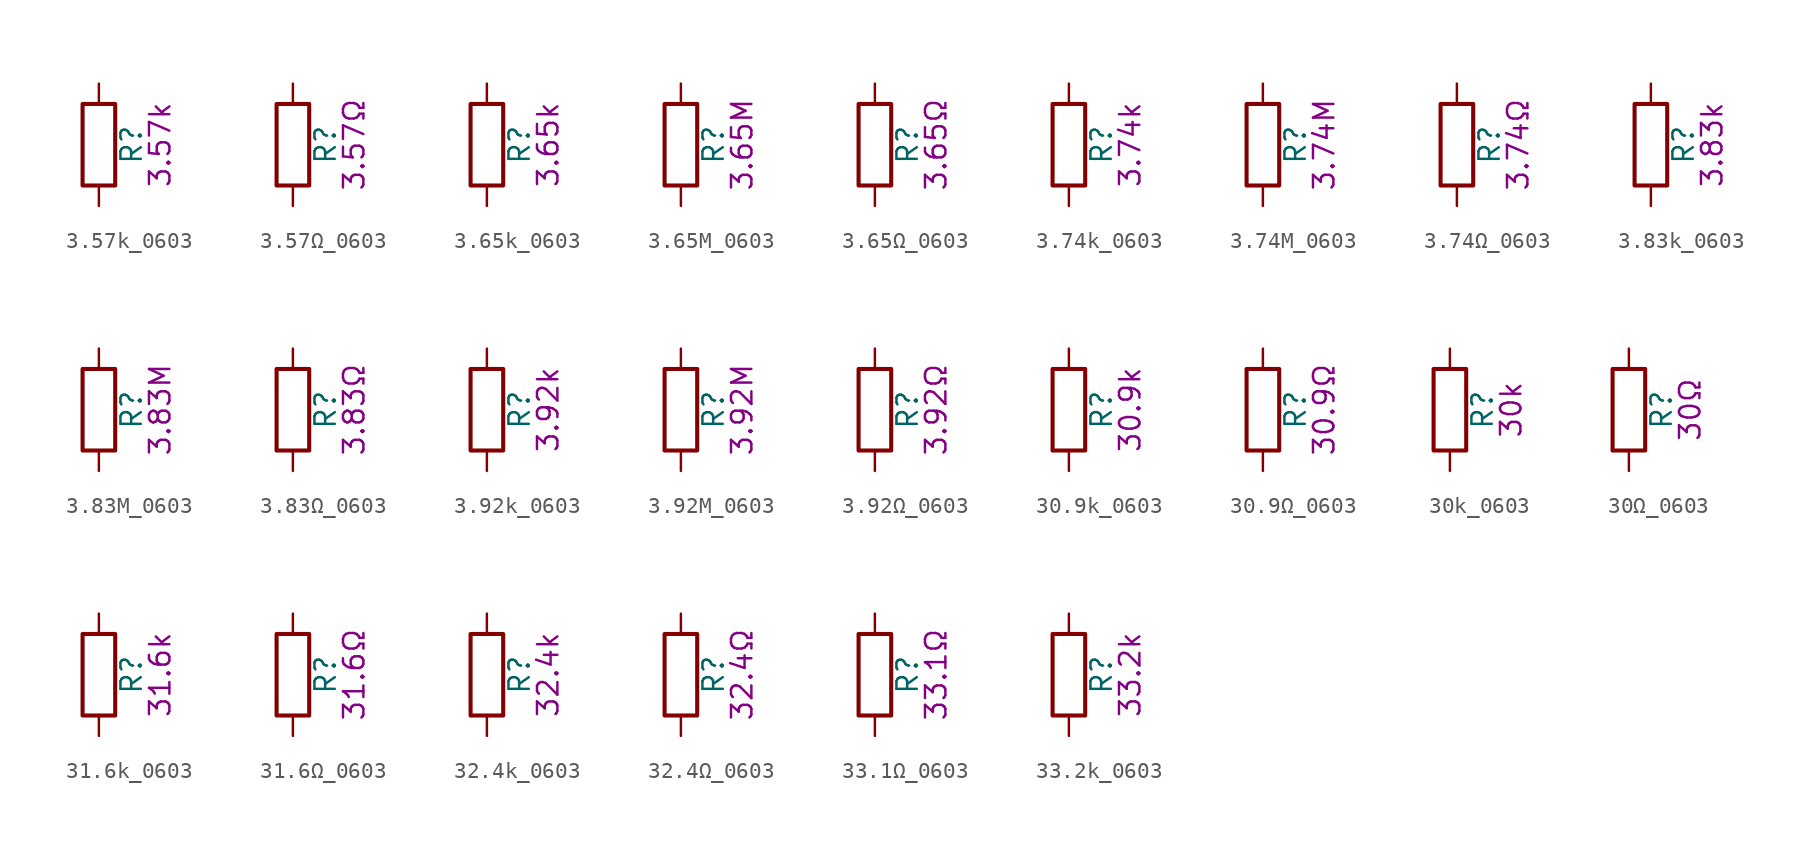
<source format=kicad_sym>
(kicad_symbol_lib
  (version 20211014)
  (generator kicad_symbol_editor)
  (symbol "3.57k_0603"
    (pin_numbers hide)
    (pin_names
      (offset 0))
    (property "Reference" "R"
      (at 2.032 0 90)
      (effects (font (size 1.27 1.27))))
    (property "Display" "3.57k"
      (at 3.81 0 90)
      (effects (font (size 1.27 1.27))))
    (symbol "3.57k_0603_0_1"
      (rectangle (start -1.016 -2.54) (end 1.016 2.54) (stroke (width 0.254) (type default) (color 0 0 0 0)) (fill (type none))))
    (symbol "3.57k_0603_1_1"
      (pin passive line (at 0 3.81 270) (length 1.27) (name "~" (effects (font (size 1.27 1.27)))) (number "1" (effects (font (size 1.27 1.27)))))
      (pin passive line (at 0 -3.81 90) (length 1.27) (name "~" (effects (font (size 1.27 1.27)))) (number "2" (effects (font (size 1.27 1.27)))))))
  (symbol "3.57Ω_0603"
    (pin_numbers hide)
    (pin_names
      (offset 0))
    (property "Reference" "R"
      (at 2.032 0 90)
      (effects (font (size 1.27 1.27))))
    (property "Display" "3.57Ω"
      (at 3.81 0 90)
      (effects (font (size 1.27 1.27))))
    (symbol "3.57Ω_0603_0_1"
      (rectangle (start -1.016 -2.54) (end 1.016 2.54) (stroke (width 0.254) (type default) (color 0 0 0 0)) (fill (type none))))
    (symbol "3.57Ω_0603_1_1"
      (pin passive line (at 0 3.81 270) (length 1.27) (name "~" (effects (font (size 1.27 1.27)))) (number "1" (effects (font (size 1.27 1.27)))))
      (pin passive line (at 0 -3.81 90) (length 1.27) (name "~" (effects (font (size 1.27 1.27)))) (number "2" (effects (font (size 1.27 1.27)))))))
  (symbol "3.65k_0603"
    (pin_numbers hide)
    (pin_names
      (offset 0))
    (property "Reference" "R"
      (at 2.032 0 90)
      (effects (font (size 1.27 1.27))))
    (property "Display" "3.65k"
      (at 3.81 0 90)
      (effects (font (size 1.27 1.27))))
    (symbol "3.65k_0603_0_1"
      (rectangle (start -1.016 -2.54) (end 1.016 2.54) (stroke (width 0.254) (type default) (color 0 0 0 0)) (fill (type none))))
    (symbol "3.65k_0603_1_1"
      (pin passive line (at 0 3.81 270) (length 1.27) (name "~" (effects (font (size 1.27 1.27)))) (number "1" (effects (font (size 1.27 1.27)))))
      (pin passive line (at 0 -3.81 90) (length 1.27) (name "~" (effects (font (size 1.27 1.27)))) (number "2" (effects (font (size 1.27 1.27)))))))
  (symbol "3.65M_0603"
    (pin_numbers hide)
    (pin_names
      (offset 0))
    (property "Reference" "R"
      (at 2.032 0 90)
      (effects (font (size 1.27 1.27))))
    (property "Display" "3.65M"
      (at 3.81 0 90)
      (effects (font (size 1.27 1.27))))
    (symbol "3.65M_0603_0_1"
      (rectangle (start -1.016 -2.54) (end 1.016 2.54) (stroke (width 0.254) (type default) (color 0 0 0 0)) (fill (type none))))
    (symbol "3.65M_0603_1_1"
      (pin passive line (at 0 3.81 270) (length 1.27) (name "~" (effects (font (size 1.27 1.27)))) (number "1" (effects (font (size 1.27 1.27)))))
      (pin passive line (at 0 -3.81 90) (length 1.27) (name "~" (effects (font (size 1.27 1.27)))) (number "2" (effects (font (size 1.27 1.27)))))))
  (symbol "3.65Ω_0603"
    (pin_numbers hide)
    (pin_names
      (offset 0))
    (property "Reference" "R"
      (at 2.032 0 90)
      (effects (font (size 1.27 1.27))))
    (property "Display" "3.65Ω"
      (at 3.81 0 90)
      (effects (font (size 1.27 1.27))))
    (symbol "3.65Ω_0603_0_1"
      (rectangle (start -1.016 -2.54) (end 1.016 2.54) (stroke (width 0.254) (type default) (color 0 0 0 0)) (fill (type none))))
    (symbol "3.65Ω_0603_1_1"
      (pin passive line (at 0 3.81 270) (length 1.27) (name "~" (effects (font (size 1.27 1.27)))) (number "1" (effects (font (size 1.27 1.27)))))
      (pin passive line (at 0 -3.81 90) (length 1.27) (name "~" (effects (font (size 1.27 1.27)))) (number "2" (effects (font (size 1.27 1.27)))))))
  (symbol "3.74k_0603"
    (pin_numbers hide)
    (pin_names
      (offset 0))
    (property "Reference" "R"
      (at 2.032 0 90)
      (effects (font (size 1.27 1.27))))
    (property "Display" "3.74k"
      (at 3.81 0 90)
      (effects (font (size 1.27 1.27))))
    (symbol "3.74k_0603_0_1"
      (rectangle (start -1.016 -2.54) (end 1.016 2.54) (stroke (width 0.254) (type default) (color 0 0 0 0)) (fill (type none))))
    (symbol "3.74k_0603_1_1"
      (pin passive line (at 0 3.81 270) (length 1.27) (name "~" (effects (font (size 1.27 1.27)))) (number "1" (effects (font (size 1.27 1.27)))))
      (pin passive line (at 0 -3.81 90) (length 1.27) (name "~" (effects (font (size 1.27 1.27)))) (number "2" (effects (font (size 1.27 1.27)))))))
  (symbol "3.74M_0603"
    (pin_numbers hide)
    (pin_names
      (offset 0))
    (property "Reference" "R"
      (at 2.032 0 90)
      (effects (font (size 1.27 1.27))))
    (property "Display" "3.74M"
      (at 3.81 0 90)
      (effects (font (size 1.27 1.27))))
    (symbol "3.74M_0603_0_1"
      (rectangle (start -1.016 -2.54) (end 1.016 2.54) (stroke (width 0.254) (type default) (color 0 0 0 0)) (fill (type none))))
    (symbol "3.74M_0603_1_1"
      (pin passive line (at 0 3.81 270) (length 1.27) (name "~" (effects (font (size 1.27 1.27)))) (number "1" (effects (font (size 1.27 1.27)))))
      (pin passive line (at 0 -3.81 90) (length 1.27) (name "~" (effects (font (size 1.27 1.27)))) (number "2" (effects (font (size 1.27 1.27)))))))
  (symbol "3.74Ω_0603"
    (pin_numbers hide)
    (pin_names
      (offset 0))
    (property "Reference" "R"
      (at 2.032 0 90)
      (effects (font (size 1.27 1.27))))
    (property "Display" "3.74Ω"
      (at 3.81 0 90)
      (effects (font (size 1.27 1.27))))
    (symbol "3.74Ω_0603_0_1"
      (rectangle (start -1.016 -2.54) (end 1.016 2.54) (stroke (width 0.254) (type default) (color 0 0 0 0)) (fill (type none))))
    (symbol "3.74Ω_0603_1_1"
      (pin passive line (at 0 3.81 270) (length 1.27) (name "~" (effects (font (size 1.27 1.27)))) (number "1" (effects (font (size 1.27 1.27)))))
      (pin passive line (at 0 -3.81 90) (length 1.27) (name "~" (effects (font (size 1.27 1.27)))) (number "2" (effects (font (size 1.27 1.27)))))))
  (symbol "3.83k_0603"
    (pin_numbers hide)
    (pin_names
      (offset 0))
    (property "Reference" "R"
      (at 2.032 0 90)
      (effects (font (size 1.27 1.27))))
    (property "Display" "3.83k"
      (at 3.81 0 90)
      (effects (font (size 1.27 1.27))))
    (symbol "3.83k_0603_0_1"
      (rectangle (start -1.016 -2.54) (end 1.016 2.54) (stroke (width 0.254) (type default) (color 0 0 0 0)) (fill (type none))))
    (symbol "3.83k_0603_1_1"
      (pin passive line (at 0 3.81 270) (length 1.27) (name "~" (effects (font (size 1.27 1.27)))) (number "1" (effects (font (size 1.27 1.27)))))
      (pin passive line (at 0 -3.81 90) (length 1.27) (name "~" (effects (font (size 1.27 1.27)))) (number "2" (effects (font (size 1.27 1.27)))))))
  (symbol "3.83M_0603"
    (pin_numbers hide)
    (pin_names
      (offset 0))
    (property "Reference" "R"
      (at 2.032 0 90)
      (effects (font (size 1.27 1.27))))
    (property "Display" "3.83M"
      (at 3.81 0 90)
      (effects (font (size 1.27 1.27))))
    (symbol "3.83M_0603_0_1"
      (rectangle (start -1.016 -2.54) (end 1.016 2.54) (stroke (width 0.254) (type default) (color 0 0 0 0)) (fill (type none))))
    (symbol "3.83M_0603_1_1"
      (pin passive line (at 0 3.81 270) (length 1.27) (name "~" (effects (font (size 1.27 1.27)))) (number "1" (effects (font (size 1.27 1.27)))))
      (pin passive line (at 0 -3.81 90) (length 1.27) (name "~" (effects (font (size 1.27 1.27)))) (number "2" (effects (font (size 1.27 1.27)))))))
  (symbol "3.83Ω_0603"
    (pin_numbers hide)
    (pin_names
      (offset 0))
    (property "Reference" "R"
      (at 2.032 0 90)
      (effects (font (size 1.27 1.27))))
    (property "Display" "3.83Ω"
      (at 3.81 0 90)
      (effects (font (size 1.27 1.27))))
    (symbol "3.83Ω_0603_0_1"
      (rectangle (start -1.016 -2.54) (end 1.016 2.54) (stroke (width 0.254) (type default) (color 0 0 0 0)) (fill (type none))))
    (symbol "3.83Ω_0603_1_1"
      (pin passive line (at 0 3.81 270) (length 1.27) (name "~" (effects (font (size 1.27 1.27)))) (number "1" (effects (font (size 1.27 1.27)))))
      (pin passive line (at 0 -3.81 90) (length 1.27) (name "~" (effects (font (size 1.27 1.27)))) (number "2" (effects (font (size 1.27 1.27)))))))
  (symbol "3.92k_0603"
    (pin_numbers hide)
    (pin_names
      (offset 0))
    (property "Reference" "R"
      (at 2.032 0 90)
      (effects (font (size 1.27 1.27))))
    (property "Display" "3.92k"
      (at 3.81 0 90)
      (effects (font (size 1.27 1.27))))
    (symbol "3.92k_0603_0_1"
      (rectangle (start -1.016 -2.54) (end 1.016 2.54) (stroke (width 0.254) (type default) (color 0 0 0 0)) (fill (type none))))
    (symbol "3.92k_0603_1_1"
      (pin passive line (at 0 3.81 270) (length 1.27) (name "~" (effects (font (size 1.27 1.27)))) (number "1" (effects (font (size 1.27 1.27)))))
      (pin passive line (at 0 -3.81 90) (length 1.27) (name "~" (effects (font (size 1.27 1.27)))) (number "2" (effects (font (size 1.27 1.27)))))))
  (symbol "3.92M_0603"
    (pin_numbers hide)
    (pin_names
      (offset 0))
    (property "Reference" "R"
      (at 2.032 0 90)
      (effects (font (size 1.27 1.27))))
    (property "Display" "3.92M"
      (at 3.81 0 90)
      (effects (font (size 1.27 1.27))))
    (symbol "3.92M_0603_0_1"
      (rectangle (start -1.016 -2.54) (end 1.016 2.54) (stroke (width 0.254) (type default) (color 0 0 0 0)) (fill (type none))))
    (symbol "3.92M_0603_1_1"
      (pin passive line (at 0 3.81 270) (length 1.27) (name "~" (effects (font (size 1.27 1.27)))) (number "1" (effects (font (size 1.27 1.27)))))
      (pin passive line (at 0 -3.81 90) (length 1.27) (name "~" (effects (font (size 1.27 1.27)))) (number "2" (effects (font (size 1.27 1.27)))))))
  (symbol "3.92Ω_0603"
    (pin_numbers hide)
    (pin_names
      (offset 0))
    (property "Reference" "R"
      (at 2.032 0 90)
      (effects (font (size 1.27 1.27))))
    (property "Display" "3.92Ω"
      (at 3.81 0 90)
      (effects (font (size 1.27 1.27))))
    (symbol "3.92Ω_0603_0_1"
      (rectangle (start -1.016 -2.54) (end 1.016 2.54) (stroke (width 0.254) (type default) (color 0 0 0 0)) (fill (type none))))
    (symbol "3.92Ω_0603_1_1"
      (pin passive line (at 0 3.81 270) (length 1.27) (name "~" (effects (font (size 1.27 1.27)))) (number "1" (effects (font (size 1.27 1.27)))))
      (pin passive line (at 0 -3.81 90) (length 1.27) (name "~" (effects (font (size 1.27 1.27)))) (number "2" (effects (font (size 1.27 1.27)))))))
  (symbol "30.9k_0603"
    (pin_numbers hide)
    (pin_names
      (offset 0))
    (property "Reference" "R"
      (at 2.032 0 90)
      (effects (font (size 1.27 1.27))))
    (property "Display" "30.9k"
      (at 3.81 0 90)
      (effects (font (size 1.27 1.27))))
    (symbol "30.9k_0603_0_1"
      (rectangle (start -1.016 -2.54) (end 1.016 2.54) (stroke (width 0.254) (type default) (color 0 0 0 0)) (fill (type none))))
    (symbol "30.9k_0603_1_1"
      (pin passive line (at 0 3.81 270) (length 1.27) (name "~" (effects (font (size 1.27 1.27)))) (number "1" (effects (font (size 1.27 1.27)))))
      (pin passive line (at 0 -3.81 90) (length 1.27) (name "~" (effects (font (size 1.27 1.27)))) (number "2" (effects (font (size 1.27 1.27)))))))
  (symbol "30.9Ω_0603"
    (pin_numbers hide)
    (pin_names
      (offset 0))
    (property "Reference" "R"
      (at 2.032 0 90)
      (effects (font (size 1.27 1.27))))
    (property "Display" "30.9Ω"
      (at 3.81 0 90)
      (effects (font (size 1.27 1.27))))
    (symbol "30.9Ω_0603_0_1"
      (rectangle (start -1.016 -2.54) (end 1.016 2.54) (stroke (width 0.254) (type default) (color 0 0 0 0)) (fill (type none))))
    (symbol "30.9Ω_0603_1_1"
      (pin passive line (at 0 3.81 270) (length 1.27) (name "~" (effects (font (size 1.27 1.27)))) (number "1" (effects (font (size 1.27 1.27)))))
      (pin passive line (at 0 -3.81 90) (length 1.27) (name "~" (effects (font (size 1.27 1.27)))) (number "2" (effects (font (size 1.27 1.27)))))))
  (symbol "30k_0603"
    (pin_numbers hide)
    (pin_names
      (offset 0))
    (property "Reference" "R"
      (at 2.032 0 90)
      (effects (font (size 1.27 1.27))))
    (property "Display" "30k"
      (at 3.81 0 90)
      (effects (font (size 1.27 1.27))))
    (symbol "30k_0603_0_1"
      (rectangle (start -1.016 -2.54) (end 1.016 2.54) (stroke (width 0.254) (type default) (color 0 0 0 0)) (fill (type none))))
    (symbol "30k_0603_1_1"
      (pin passive line (at 0 3.81 270) (length 1.27) (name "~" (effects (font (size 1.27 1.27)))) (number "1" (effects (font (size 1.27 1.27)))))
      (pin passive line (at 0 -3.81 90) (length 1.27) (name "~" (effects (font (size 1.27 1.27)))) (number "2" (effects (font (size 1.27 1.27)))))))
  (symbol "30Ω_0603"
    (pin_numbers hide)
    (pin_names
      (offset 0))
    (property "Reference" "R"
      (at 2.032 0 90)
      (effects (font (size 1.27 1.27))))
    (property "Display" "30Ω"
      (at 3.81 0 90)
      (effects (font (size 1.27 1.27))))
    (symbol "30Ω_0603_0_1"
      (rectangle (start -1.016 -2.54) (end 1.016 2.54) (stroke (width 0.254) (type default) (color 0 0 0 0)) (fill (type none))))
    (symbol "30Ω_0603_1_1"
      (pin passive line (at 0 3.81 270) (length 1.27) (name "~" (effects (font (size 1.27 1.27)))) (number "1" (effects (font (size 1.27 1.27)))))
      (pin passive line (at 0 -3.81 90) (length 1.27) (name "~" (effects (font (size 1.27 1.27)))) (number "2" (effects (font (size 1.27 1.27)))))))
  (symbol "31.6k_0603"
    (pin_numbers hide)
    (pin_names
      (offset 0))
    (property "Reference" "R"
      (at 2.032 0 90)
      (effects (font (size 1.27 1.27))))
    (property "Display" "31.6k"
      (at 3.81 0 90)
      (effects (font (size 1.27 1.27))))
    (symbol "31.6k_0603_0_1"
      (rectangle (start -1.016 -2.54) (end 1.016 2.54) (stroke (width 0.254) (type default) (color 0 0 0 0)) (fill (type none))))
    (symbol "31.6k_0603_1_1"
      (pin passive line (at 0 3.81 270) (length 1.27) (name "~" (effects (font (size 1.27 1.27)))) (number "1" (effects (font (size 1.27 1.27)))))
      (pin passive line (at 0 -3.81 90) (length 1.27) (name "~" (effects (font (size 1.27 1.27)))) (number "2" (effects (font (size 1.27 1.27)))))))
  (symbol "31.6Ω_0603"
    (pin_numbers hide)
    (pin_names
      (offset 0))
    (property "Reference" "R"
      (at 2.032 0 90)
      (effects (font (size 1.27 1.27))))
    (property "Display" "31.6Ω"
      (at 3.81 0 90)
      (effects (font (size 1.27 1.27))))
    (symbol "31.6Ω_0603_0_1"
      (rectangle (start -1.016 -2.54) (end 1.016 2.54) (stroke (width 0.254) (type default) (color 0 0 0 0)) (fill (type none))))
    (symbol "31.6Ω_0603_1_1"
      (pin passive line (at 0 3.81 270) (length 1.27) (name "~" (effects (font (size 1.27 1.27)))) (number "1" (effects (font (size 1.27 1.27)))))
      (pin passive line (at 0 -3.81 90) (length 1.27) (name "~" (effects (font (size 1.27 1.27)))) (number "2" (effects (font (size 1.27 1.27)))))))
  (symbol "32.4k_0603"
    (pin_numbers hide)
    (pin_names
      (offset 0))
    (property "Reference" "R"
      (at 2.032 0 90)
      (effects (font (size 1.27 1.27))))
    (property "Display" "32.4k"
      (at 3.81 0 90)
      (effects (font (size 1.27 1.27))))
    (symbol "32.4k_0603_0_1"
      (rectangle (start -1.016 -2.54) (end 1.016 2.54) (stroke (width 0.254) (type default) (color 0 0 0 0)) (fill (type none))))
    (symbol "32.4k_0603_1_1"
      (pin passive line (at 0 3.81 270) (length 1.27) (name "~" (effects (font (size 1.27 1.27)))) (number "1" (effects (font (size 1.27 1.27)))))
      (pin passive line (at 0 -3.81 90) (length 1.27) (name "~" (effects (font (size 1.27 1.27)))) (number "2" (effects (font (size 1.27 1.27)))))))
  (symbol "32.4Ω_0603"
    (pin_numbers hide)
    (pin_names
      (offset 0))
    (property "Reference" "R"
      (at 2.032 0 90)
      (effects (font (size 1.27 1.27))))
    (property "Display" "32.4Ω"
      (at 3.81 0 90)
      (effects (font (size 1.27 1.27))))
    (symbol "32.4Ω_0603_0_1"
      (rectangle (start -1.016 -2.54) (end 1.016 2.54) (stroke (width 0.254) (type default) (color 0 0 0 0)) (fill (type none))))
    (symbol "32.4Ω_0603_1_1"
      (pin passive line (at 0 3.81 270) (length 1.27) (name "~" (effects (font (size 1.27 1.27)))) (number "1" (effects (font (size 1.27 1.27)))))
      (pin passive line (at 0 -3.81 90) (length 1.27) (name "~" (effects (font (size 1.27 1.27)))) (number "2" (effects (font (size 1.27 1.27)))))))
  (symbol "33.1Ω_0603"
    (pin_numbers hide)
    (pin_names
      (offset 0))
    (property "Reference" "R"
      (at 2.032 0 90)
      (effects (font (size 1.27 1.27))))
    (property "Display" "33.1Ω"
      (at 3.81 0 90)
      (effects (font (size 1.27 1.27))))
    (symbol "33.1Ω_0603_0_1"
      (rectangle (start -1.016 -2.54) (end 1.016 2.54) (stroke (width 0.254) (type default) (color 0 0 0 0)) (fill (type none))))
    (symbol "33.1Ω_0603_1_1"
      (pin passive line (at 0 3.81 270) (length 1.27) (name "~" (effects (font (size 1.27 1.27)))) (number "1" (effects (font (size 1.27 1.27)))))
      (pin passive line (at 0 -3.81 90) (length 1.27) (name "~" (effects (font (size 1.27 1.27)))) (number "2" (effects (font (size 1.27 1.27)))))))
  (symbol "33.2k_0603"
    (pin_numbers hide)
    (pin_names
      (offset 0))
    (property "Reference" "R"
      (at 2.032 0 90)
      (effects (font (size 1.27 1.27))))
    (property "Display" "33.2k"
      (at 3.81 0 90)
      (effects (font (size 1.27 1.27))))
    (symbol "33.2k_0603_0_1"
      (rectangle (start -1.016 -2.54) (end 1.016 2.54) (stroke (width 0.254) (type default) (color 0 0 0 0)) (fill (type none))))
    (symbol "33.2k_0603_1_1"
      (pin passive line (at 0 3.81 270) (length 1.27) (name "~" (effects (font (size 1.27 1.27)))) (number "1" (effects (font (size 1.27 1.27)))))
      (pin passive line (at 0 -3.81 90) (length 1.27) (name "~" (effects (font (size 1.27 1.27)))) (number "2" (effects (font (size 1.27 1.27))))))))
</source>
